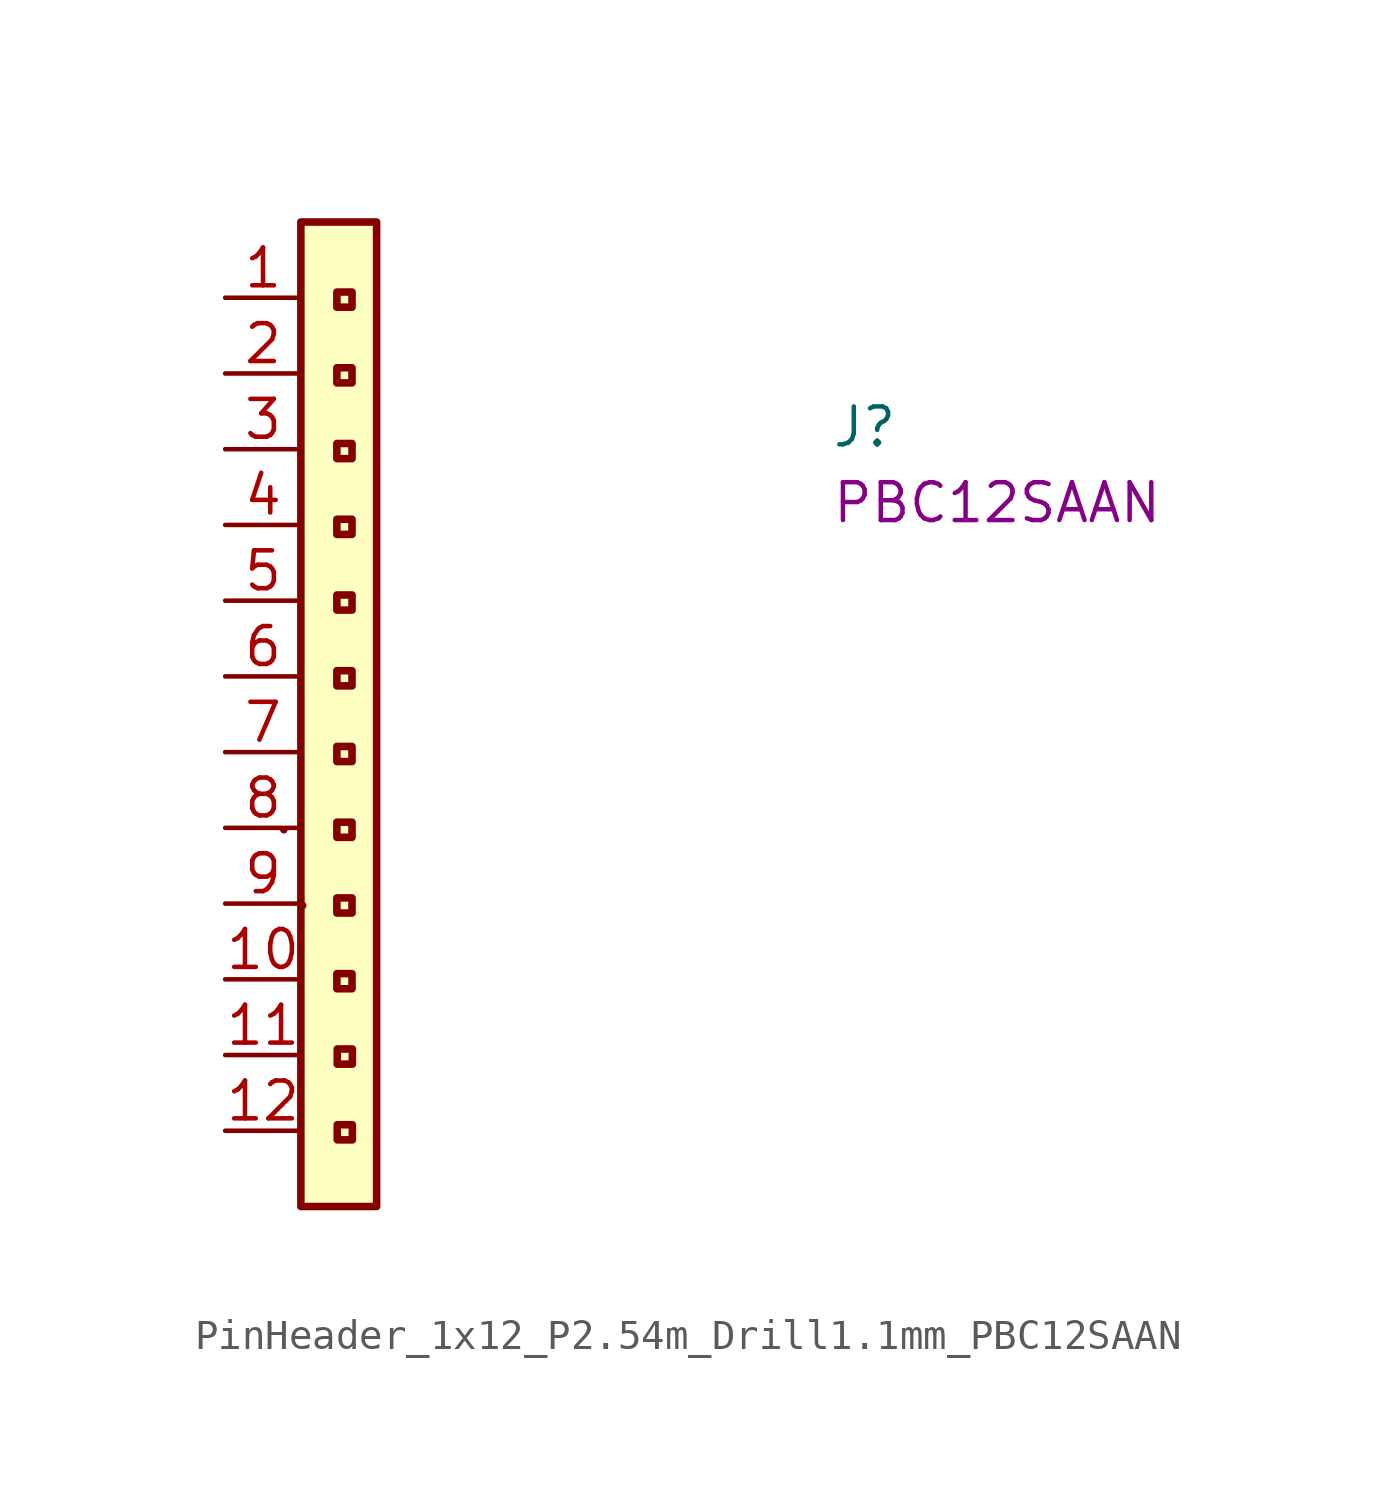
<source format=kicad_sym>
(kicad_symbol_lib
  (version 20220914)
  (generator kicad_symbol_editor)
  (symbol "PinHeader_1x12_P2.54m_Drill1.1mm_PBC12SAAN"
    (property "Reference" "J"
      (at 20.32 -5.08 0)
      (effects (font (size 1.27 1.27) (thickness 0.15)) (justify left bottom)))
    (property "MPN" "PBC12SAAN"
      (at 20.32 -7.62 0)
      (effects (font (size 1.27 1.27) (thickness 0.15)) (justify left bottom)))
    (symbol "PinHeader_1x12_P2.54m_Drill1.1mm_PBC12SAAN_1_1"
      (rectangle (start 1.968 -17.843) (end 1.968 -17.843) (stroke (width 0.254) (type default)) (fill (type background)))
      (rectangle (start 2.54 2.54) (end 5.08 -30.48) (stroke (width 0.254) (type default)) (fill (type background)))
      (rectangle (start 2.603 -20.384) (end 2.603 -20.384) (stroke (width 0.254) (type default)) (fill (type background)))
      (rectangle (start 3.747 -22.669) (end 4.255 -23.177) (stroke (width 0.254) (type default)) (fill (type background)))
      (rectangle (start 3.759 -27.737) (end 4.267 -28.245) (stroke (width 0.254) (type default)) (fill (type background)))
      (rectangle (start 3.759 -25.197) (end 4.267 -25.705) (stroke (width 0.254) (type default)) (fill (type background)))
      (rectangle (start 4.255 -20.637) (end 3.747 -20.13) (stroke (width 0.254) (type default)) (fill (type background)))
      (rectangle (start 4.255 -18.098) (end 3.747 -17.59) (stroke (width 0.254) (type default)) (fill (type background)))
      (rectangle (start 4.255 -15.557) (end 3.747 -15.05) (stroke (width 0.254) (type default)) (fill (type background)))
      (rectangle (start 4.255 -13.018) (end 3.747 -12.509) (stroke (width 0.254) (type default)) (fill (type background)))
      (rectangle (start 4.255 -10.477) (end 3.747 -9.97) (stroke (width 0.254) (type default)) (fill (type background)))
      (rectangle (start 4.255 -7.938) (end 3.747 -7.429) (stroke (width 0.254) (type default)) (fill (type background)))
      (rectangle (start 4.255 -5.397) (end 3.747 -4.889) (stroke (width 0.254) (type default)) (fill (type background)))
      (rectangle (start 4.255 -2.857) (end 3.747 -2.349) (stroke (width 0.254) (type default)) (fill (type background)))
      (rectangle (start 4.255 -0.318) (end 3.747 0.191) (stroke (width 0.254) (type default)) (fill (type background)))
      (pin passive line (at 0 0 0) (length 2.54) (name "~" (effects (font (size 1.27 1.27)))) (number "1" (effects (font (size 1.27 1.27)))))
      (pin passive line (at 0 -22.86 0) (length 2.54) (name "~" (effects (font (size 1.27 1.27)))) (number "10" (effects (font (size 1.27 1.27)))))
      (pin passive line (at 0 -25.4 0) (length 2.54) (name "~" (effects (font (size 1.27 1.27)))) (number "11" (effects (font (size 1.27 1.27)))))
      (pin passive line (at 0 -27.94 0) (length 2.54) (name "~" (effects (font (size 1.27 1.27)))) (number "12" (effects (font (size 1.27 1.27)))))
      (pin passive line (at 0 -2.54 0) (length 2.54) (name "~" (effects (font (size 1.27 1.27)))) (number "2" (effects (font (size 1.27 1.27)))))
      (pin passive line (at 0 -5.08 0) (length 2.54) (name "~" (effects (font (size 1.27 1.27)))) (number "3" (effects (font (size 1.27 1.27)))))
      (pin passive line (at 0 -7.62 0) (length 2.54) (name "~" (effects (font (size 1.27 1.27)))) (number "4" (effects (font (size 1.27 1.27)))))
      (pin passive line (at 0 -10.16 0) (length 2.54) (name "~" (effects (font (size 1.27 1.27)))) (number "5" (effects (font (size 1.27 1.27)))))
      (pin passive line (at 0 -12.7 0) (length 2.54) (name "~" (effects (font (size 1.27 1.27)))) (number "6" (effects (font (size 1.27 1.27)))))
      (pin passive line (at 0 -15.24 0) (length 2.54) (name "~" (effects (font (size 1.27 1.27)))) (number "7" (effects (font (size 1.27 1.27)))))
      (pin passive line (at 0 -17.78 0) (length 2.54) (name "~" (effects (font (size 1.27 1.27)))) (number "8" (effects (font (size 1.27 1.27)))))
      (pin passive line (at 0 -20.32 0) (length 2.54) (name "~" (effects (font (size 1.27 1.27)))) (number "9" (effects (font (size 1.27 1.27))))))))
</source>
